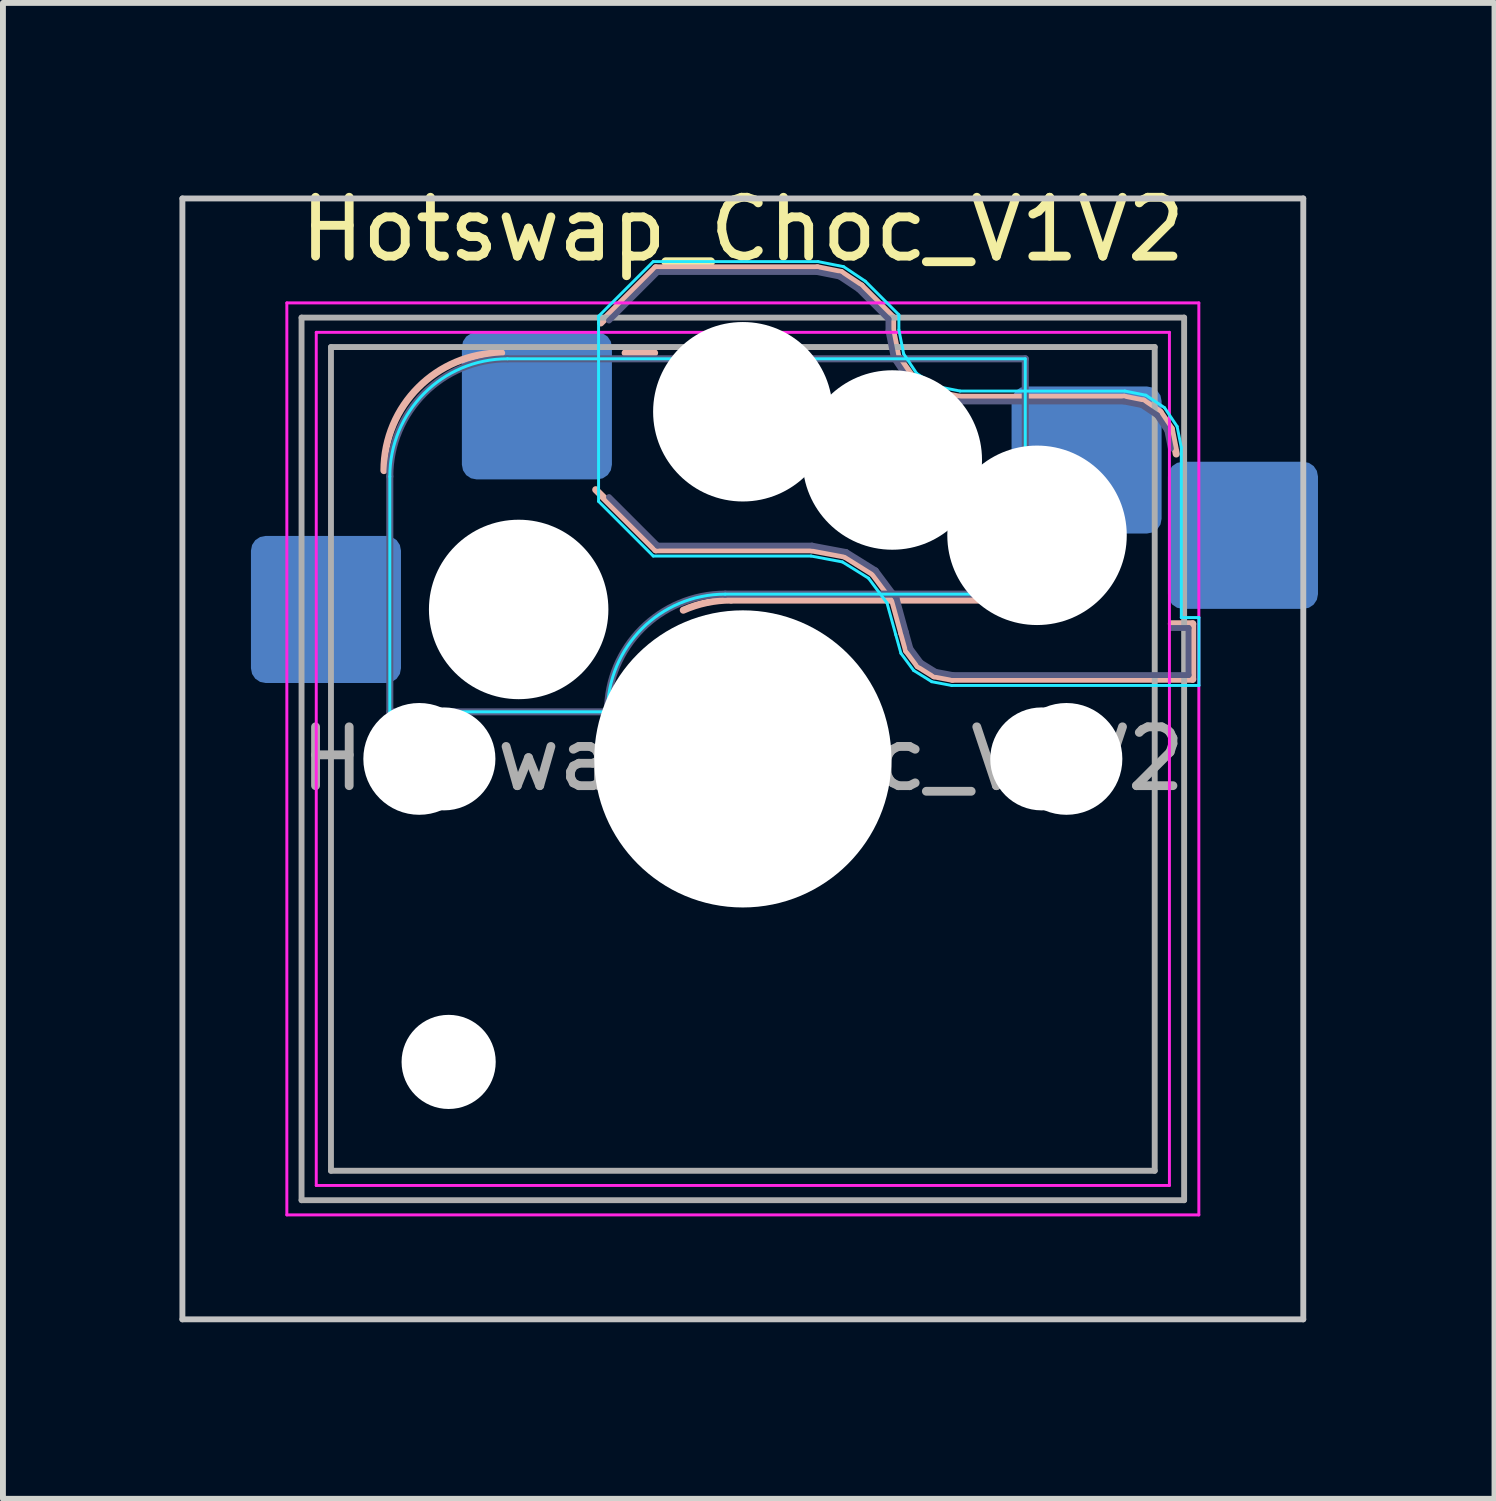
<source format=kicad_pcb>
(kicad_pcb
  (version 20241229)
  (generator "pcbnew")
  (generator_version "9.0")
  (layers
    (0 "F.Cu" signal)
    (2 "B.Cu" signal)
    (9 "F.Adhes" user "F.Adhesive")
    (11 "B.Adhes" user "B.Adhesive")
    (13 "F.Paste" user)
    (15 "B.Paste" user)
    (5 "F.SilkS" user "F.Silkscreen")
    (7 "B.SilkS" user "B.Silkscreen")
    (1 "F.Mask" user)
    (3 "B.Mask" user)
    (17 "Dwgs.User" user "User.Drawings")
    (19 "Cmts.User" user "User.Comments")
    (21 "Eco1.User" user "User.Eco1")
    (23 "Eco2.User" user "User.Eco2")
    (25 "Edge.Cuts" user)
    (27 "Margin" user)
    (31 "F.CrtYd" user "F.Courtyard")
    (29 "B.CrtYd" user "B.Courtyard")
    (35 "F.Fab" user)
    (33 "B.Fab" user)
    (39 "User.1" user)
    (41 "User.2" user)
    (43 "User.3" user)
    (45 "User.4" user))
  (footprint "Hotswap_Choc_V1V2"
    (layer "F.Cu")
    (at 9.575 9.848)
    (property "Reference" "Hotswap_Choc_V1V2" (at 0 -9 0) (layer "F.SilkS") (effects (font (size 1 1) (thickness 0.15))))
    (attr smd)
    (fp_line (start -2.416 -7.409) (end -1.479 -8.346) (stroke (width 0.12) (type solid)) (layer "B.SilkS"))
    (fp_line (start -2 -6.9) (end -1.5 -6.9) (stroke (width 0.12) (type solid)) (layer "B.SilkS"))
    (fp_line (start -1.479 -8.346) (end 1.268 -8.346) (stroke (width 0.12) (type solid)) (layer "B.SilkS"))
    (fp_line (start -1.479 -3.554) (end -2.5 -4.575) (stroke (width 0.12) (type solid)) (layer "B.SilkS"))
    (fp_line (start -0.2 -2.7) (end 4.9 -2.7) (stroke (width 0.12) (type solid)) (layer "B.SilkS"))
    (fp_line (start 1.168 -3.554) (end -1.479 -3.554) (stroke (width 0.12) (type solid)) (layer "B.SilkS"))
    (fp_line (start 1.268 -8.346) (end 1.671 -8.266) (stroke (width 0.12) (type solid)) (layer "B.SilkS"))
    (fp_line (start 1.671 -8.266) (end 2.013 -8.037) (stroke (width 0.12) (type solid)) (layer "B.SilkS"))
    (fp_line (start 1.73 -3.449) (end 1.168 -3.554) (stroke (width 0.12) (type solid)) (layer "B.SilkS"))
    (fp_line (start 2.013 -8.037) (end 2.546 -7.504) (stroke (width 0.12) (type solid)) (layer "B.SilkS"))
    (fp_line (start 2.209 -3.15) (end 1.73 -3.449) (stroke (width 0.12) (type solid)) (layer "B.SilkS"))
    (fp_line (start 2.546 -7.504) (end 2.546 -7.282) (stroke (width 0.12) (type solid)) (layer "B.SilkS"))
    (fp_line (start 2.546 -7.282) (end 2.633 -6.844) (stroke (width 0.12) (type solid)) (layer "B.SilkS"))
    (fp_line (start 2.547 -2.697) (end 2.209 -3.15) (stroke (width 0.12) (type solid)) (layer "B.SilkS"))
    (fp_line (start 2.633 -6.844) (end 2.877 -6.5) (stroke (width 0.12) (type solid)) (layer "B.SilkS"))
    (fp_line (start 2.701 -2.139) (end 2.547 -2.697) (stroke (width 0.12) (type solid)) (layer "B.SilkS"))
    (fp_line (start 2.783 -1.841) (end 2.701 -2.139) (stroke (width 0.12) (type solid)) (layer "B.SilkS"))
    (fp_line (start 2.877 -6.477) (end 3.244 -6.233) (stroke (width 0.12) (type solid)) (layer "B.SilkS"))
    (fp_line (start 2.976 -1.583) (end 2.783 -1.841) (stroke (width 0.12) (type solid)) (layer "B.SilkS"))
    (fp_line (start 3.244 -6.233) (end 3.682 -6.146) (stroke (width 0.12) (type solid)) (layer "B.SilkS"))
    (fp_line (start 3.25 -1.413) (end 2.976 -1.583) (stroke (width 0.12) (type solid)) (layer "B.SilkS"))
    (fp_line (start 3.56 -1.354) (end 3.25 -1.413) (stroke (width 0.12) (type solid)) (layer "B.SilkS"))
    (fp_line (start 3.682 -6.146) (end 6.482 -6.146) (stroke (width 0.12) (type solid)) (layer "B.SilkS"))
    (fp_line (start 6.482 -6.146) (end 6.809 -6.081) (stroke (width 0.12) (type solid)) (layer "B.SilkS"))
    (fp_line (start 6.809 -6.081) (end 7.092 -5.892) (stroke (width 0.12) (type solid)) (layer "B.SilkS"))
    (fp_line (start 7.092 -5.892) (end 7.281 -5.609) (stroke (width 0.12) (type solid)) (layer "B.SilkS"))
    (fp_line (start 7.281 -5.609) (end 7.366 -5.182) (stroke (width 0.12) (type solid)) (layer "B.SilkS"))
    (fp_line (start 7.283 -2.296) (end 7.646 -2.296) (stroke (width 0.12) (type solid)) (layer "B.SilkS"))
    (fp_line (start 7.646 -2.296) (end 7.646 -1.354) (stroke (width 0.12) (type solid)) (layer "B.SilkS"))
    (fp_line (start 7.646 -1.354) (end 3.56 -1.354) (stroke (width 0.12) (type solid)) (layer "B.SilkS"))
    (fp_arc (start -6.1 -4.9) (mid -5.514214 -6.314214) (end -4.100001 -6.9) (stroke (width 0.12) (type solid)) (layer "B.SilkS"))
    (fp_arc (start -1.012276 -2.527624) (mid -0.615182 -2.656432) (end -0.2 -2.7) (stroke (width 0.12) (type solid)) (layer "B.SilkS"))
    (fp_line (start -9.525 -9.525) (end -9.525 9.525) (stroke (width 0.1) (type solid)) (layer "Dwgs.User"))
    (fp_line (start -9.525 9.525) (end 9.525 9.525) (stroke (width 0.1) (type solid)) (layer "Dwgs.User"))
    (fp_line (start 9.525 -9.525) (end -9.525 -9.525) (stroke (width 0.1) (type solid)) (layer "Dwgs.User"))
    (fp_line (start 9.525 9.525) (end 9.525 -9.525) (stroke (width 0.1) (type solid)) (layer "Dwgs.User"))
    (fp_line (start -7.8 -6) (end -7 -6) (stroke (width 0.1) (type solid)) (layer "Eco1.User"))
    (fp_line (start -7.8 -2.9) (end -7.8 -6) (stroke (width 0.1) (type solid)) (layer "Eco1.User"))
    (fp_line (start -7.8 2.9) (end -7 2.9) (stroke (width 0.1) (type solid)) (layer "Eco1.User"))
    (fp_line (start -7.8 6) (end -7.8 2.9) (stroke (width 0.1) (type solid)) (layer "Eco1.User"))
    (fp_line (start -7.25 -7.25) (end -7.25 7.25) (stroke (width 0.1) (type solid)) (layer "Eco1.User"))
    (fp_line (start -7.25 7.25) (end 7.25 7.25) (stroke (width 0.1) (type solid)) (layer "Eco1.User"))
    (fp_line (start -7 -7) (end 7 -7) (stroke (width 0.1) (type solid)) (layer "Eco1.User"))
    (fp_line (start -7 -6) (end -7 -7) (stroke (width 0.1) (type solid)) (layer "Eco1.User"))
    (fp_line (start -7 -2.9) (end -7.8 -2.9) (stroke (width 0.1) (type solid)) (layer "Eco1.User"))
    (fp_line (start -7 2.9) (end -7 -2.9) (stroke (width 0.1) (type solid)) (layer "Eco1.User"))
    (fp_line (start -7 6) (end -7.8 6) (stroke (width 0.1) (type solid)) (layer "Eco1.User"))
    (fp_line (start -7 7) (end -7 6) (stroke (width 0.1) (type solid)) (layer "Eco1.User"))
    (fp_line (start 7 -7) (end 7 -6) (stroke (width 0.1) (type solid)) (layer "Eco1.User"))
    (fp_line (start 7 -6) (end 7.8 -6) (stroke (width 0.1) (type solid)) (layer "Eco1.User"))
    (fp_line (start 7 -2.9) (end 7 2.9) (stroke (width 0.1) (type solid)) (layer "Eco1.User"))
    (fp_line (start 7 2.9) (end 7.8 2.9) (stroke (width 0.1) (type solid)) (layer "Eco1.User"))
    (fp_line (start 7 6) (end 7 7) (stroke (width 0.1) (type solid)) (layer "Eco1.User"))
    (fp_line (start 7 7) (end -7 7) (stroke (width 0.1) (type solid)) (layer "Eco1.User"))
    (fp_line (start 7.25 -7.25) (end -7.25 -7.25) (stroke (width 0.1) (type solid)) (layer "Eco1.User"))
    (fp_line (start 7.25 7.25) (end 7.25 -7.25) (stroke (width 0.1) (type solid)) (layer "Eco1.User"))
    (fp_line (start 7.8 -6) (end 7.8 -2.9) (stroke (width 0.1) (type solid)) (layer "Eco1.User"))
    (fp_line (start 7.8 -2.9) (end 7 -2.9) (stroke (width 0.1) (type solid)) (layer "Eco1.User"))
    (fp_line (start 7.8 2.9) (end 7.8 6) (stroke (width 0.1) (type solid)) (layer "Eco1.User"))
    (fp_line (start 7.8 6) (end 7 6) (stroke (width 0.1) (type solid)) (layer "Eco1.User"))
    (fp_line (start -6 -0.8) (end -6 -4.8) (stroke (width 0.05) (type solid)) (layer "B.CrtYd"))
    (fp_line (start -6 -0.8) (end -2.3 -0.8) (stroke (width 0.05) (type solid)) (layer "B.CrtYd"))
    (fp_line (start -4 -6.8) (end 4.8 -6.8) (stroke (width 0.05) (type solid)) (layer "B.CrtYd"))
    (fp_line (start -2.452 -7.523) (end -1.523 -8.452) (stroke (width 0.05) (type solid)) (layer "B.CrtYd"))
    (fp_line (start -2.452 -4.377) (end -2.452 -7.523) (stroke (width 0.05) (type solid)) (layer "B.CrtYd"))
    (fp_line (start -1.523 -8.452) (end 1.278 -8.452) (stroke (width 0.05) (type solid)) (layer "B.CrtYd"))
    (fp_line (start -1.523 -3.448) (end -2.452 -4.377) (stroke (width 0.05) (type solid)) (layer "B.CrtYd"))
    (fp_line (start -0.3 -2.8) (end 4.8 -2.8) (stroke (width 0.05) (type solid)) (layer "B.CrtYd"))
    (fp_line (start 1.159 -3.448) (end -1.523 -3.448) (stroke (width 0.05) (type solid)) (layer "B.CrtYd"))
    (fp_line (start 1.278 -8.452) (end 1.712 -8.366) (stroke (width 0.05) (type solid)) (layer "B.CrtYd"))
    (fp_line (start 1.691 -3.348) (end 1.159 -3.448) (stroke (width 0.05) (type solid)) (layer "B.CrtYd"))
    (fp_line (start 1.712 -8.366) (end 2.081 -8.119) (stroke (width 0.05) (type solid)) (layer "B.CrtYd"))
    (fp_line (start 2.081 -8.119) (end 2.652 -7.548) (stroke (width 0.05) (type solid)) (layer "B.CrtYd"))
    (fp_line (start 2.136 -3.071) (end 1.691 -3.348) (stroke (width 0.05) (type solid)) (layer "B.CrtYd"))
    (fp_line (start 2.45 -2.65) (end 2.136 -3.071) (stroke (width 0.05) (type solid)) (layer "B.CrtYd"))
    (fp_line (start 2.599 -2.111) (end 2.45 -2.65) (stroke (width 0.05) (type solid)) (layer "B.CrtYd"))
    (fp_line (start 2.652 -7.548) (end 2.652 -7.292) (stroke (width 0.05) (type solid)) (layer "B.CrtYd"))
    (fp_line (start 2.652 -7.292) (end 2.733 -6.885) (stroke (width 0.05) (type solid)) (layer "B.CrtYd"))
    (fp_line (start 2.687 -1.794) (end 2.599 -2.111) (stroke (width 0.05) (type solid)) (layer "B.CrtYd"))
    (fp_line (start 2.733 -6.885) (end 2.953 -6.553) (stroke (width 0.05) (type solid)) (layer "B.CrtYd"))
    (fp_line (start 2.903 -1.503) (end 2.687 -1.794) (stroke (width 0.05) (type solid)) (layer "B.CrtYd"))
    (fp_line (start 2.953 -6.553) (end 3.285 -6.333) (stroke (width 0.05) (type solid)) (layer "B.CrtYd"))
    (fp_line (start 3.211 -1.312) (end 2.903 -1.503) (stroke (width 0.05) (type solid)) (layer "B.CrtYd"))
    (fp_line (start 3.285 -6.333) (end 3.692 -6.252) (stroke (width 0.05) (type solid)) (layer "B.CrtYd"))
    (fp_line (start 3.55 -1.248) (end 3.211 -1.312) (stroke (width 0.05) (type solid)) (layer "B.CrtYd"))
    (fp_line (start 3.692 -6.252) (end 6.492 -6.252) (stroke (width 0.05) (type solid)) (layer "B.CrtYd"))
    (fp_line (start 4.8 -6.8) (end 4.8 -2.8) (stroke (width 0.05) (type solid)) (layer "B.CrtYd"))
    (fp_line (start 6.492 -6.252) (end 6.85 -6.181) (stroke (width 0.05) (type solid)) (layer "B.CrtYd"))
    (fp_line (start 6.85 -6.181) (end 7.168 -5.968) (stroke (width 0.05) (type solid)) (layer "B.CrtYd"))
    (fp_line (start 7.168 -5.968) (end 7.381 -5.65) (stroke (width 0.05) (type solid)) (layer "B.CrtYd"))
    (fp_line (start 7.381 -5.65) (end 7.452 -5.292) (stroke (width 0.05) (type solid)) (layer "B.CrtYd"))
    (fp_line (start 7.452 -5.292) (end 7.452 -2.402) (stroke (width 0.05) (type solid)) (layer "B.CrtYd"))
    (fp_line (start 7.452 -2.402) (end 7.752 -2.402) (stroke (width 0.05) (type solid)) (layer "B.CrtYd"))
    (fp_line (start 7.752 -2.402) (end 7.752 -1.248) (stroke (width 0.05) (type solid)) (layer "B.CrtYd"))
    (fp_line (start 7.752 -1.248) (end 3.55 -1.248) (stroke (width 0.05) (type solid)) (layer "B.CrtYd"))
    (fp_arc (start -6 -4.8) (mid -5.414214 -6.214214) (end -4 -6.8) (stroke (width 0.05) (type solid)) (layer "B.CrtYd"))
    (fp_arc (start -2.3 -0.8) (mid -1.714214 -2.214214) (end -0.3 -2.8) (stroke (width 0.05) (type solid)) (layer "B.CrtYd"))
    (fp_line (start -7.75 -7.75) (end -7.75 7.75) (stroke (width 0.05) (type solid)) (layer "F.CrtYd"))
    (fp_line (start -7.75 7.75) (end 7.75 7.75) (stroke (width 0.05) (type solid)) (layer "F.CrtYd"))
    (fp_line (start -7.25 -7.25) (end -7.25 7.25) (stroke (width 0.05) (type solid)) (layer "F.CrtYd"))
    (fp_line (start -7.25 7.25) (end 7.25 7.25) (stroke (width 0.05) (type solid)) (layer "F.CrtYd"))
    (fp_line (start 7.25 -7.25) (end -7.25 -7.25) (stroke (width 0.05) (type solid)) (layer "F.CrtYd"))
    (fp_line (start 7.25 7.25) (end 7.25 -7.25) (stroke (width 0.05) (type solid)) (layer "F.CrtYd"))
    (fp_line (start 7.75 -7.75) (end -7.75 -7.75) (stroke (width 0.05) (type solid)) (layer "F.CrtYd"))
    (fp_line (start 7.75 7.75) (end 7.75 -7.75) (stroke (width 0.05) (type solid)) (layer "F.CrtYd"))
    (fp_line (start -6 -0.8) (end -6 -4.8) (stroke (width 0.12) (type solid)) (layer "B.Fab"))
    (fp_line (start -6 -0.8) (end -2.3 -0.8) (stroke (width 0.12) (type solid)) (layer "B.Fab"))
    (fp_line (start -4 -6.8) (end 4.8 -6.8) (stroke (width 0.12) (type solid)) (layer "B.Fab"))
    (fp_line (start -2.275 -7.45) (end -1.45 -8.275) (stroke (width 0.1) (type solid)) (layer "B.Fab"))
    (fp_line (start -1.45 -8.275) (end 1.261 -8.275) (stroke (width 0.1) (type solid)) (layer "B.Fab"))
    (fp_line (start -1.45 -3.625) (end -2.275 -4.45) (stroke (width 0.1) (type solid)) (layer "B.Fab"))
    (fp_line (start -0.3 -2.8) (end 4.8 -2.8) (stroke (width 0.12) (type solid)) (layer "B.Fab"))
    (fp_line (start 1.175 -3.625) (end -1.45 -3.625) (stroke (width 0.1) (type solid)) (layer "B.Fab"))
    (fp_line (start 1.261 -8.275) (end 1.643 -8.199) (stroke (width 0.1) (type solid)) (layer "B.Fab"))
    (fp_line (start 1.643 -8.199) (end 1.968 -7.982) (stroke (width 0.1) (type solid)) (layer "B.Fab"))
    (fp_line (start 1.756 -3.516) (end 1.175 -3.625) (stroke (width 0.1) (type solid)) (layer "B.Fab"))
    (fp_line (start 1.968 -7.982) (end 2.475 -7.475) (stroke (width 0.1) (type solid)) (layer "B.Fab"))
    (fp_line (start 2.258 -3.203) (end 1.756 -3.516) (stroke (width 0.1) (type solid)) (layer "B.Fab"))
    (fp_line (start 2.475 -7.475) (end 2.475 -7.275) (stroke (width 0.1) (type solid)) (layer "B.Fab"))
    (fp_line (start 2.475 -7.275) (end 2.566 -6.816) (stroke (width 0.1) (type solid)) (layer "B.Fab"))
    (fp_line (start 2.566 -6.816) (end 2.826 -6.426) (stroke (width 0.1) (type solid)) (layer "B.Fab"))
    (fp_line (start 2.612 -2.729) (end 2.258 -3.203) (stroke (width 0.1) (type solid)) (layer "B.Fab"))
    (fp_line (start 2.769 -2.158) (end 2.612 -2.729) (stroke (width 0.1) (type solid)) (layer "B.Fab"))
    (fp_line (start 2.826 -6.426) (end 3.216 -6.166) (stroke (width 0.1) (type solid)) (layer "B.Fab"))
    (fp_line (start 2.848 -1.873) (end 2.769 -2.158) (stroke (width 0.1) (type solid)) (layer "B.Fab"))
    (fp_line (start 3.025 -1.636) (end 2.848 -1.873) (stroke (width 0.1) (type solid)) (layer "B.Fab"))
    (fp_line (start 3.216 -6.166) (end 3.675 -6.075) (stroke (width 0.1) (type solid)) (layer "B.Fab"))
    (fp_line (start 3.276 -1.48) (end 3.025 -1.636) (stroke (width 0.1) (type solid)) (layer "B.Fab"))
    (fp_line (start 3.567 -1.425) (end 3.276 -1.48) (stroke (width 0.1) (type solid)) (layer "B.Fab"))
    (fp_line (start 3.675 -6.075) (end 6.475 -6.075) (stroke (width 0.1) (type solid)) (layer "B.Fab"))
    (fp_line (start 4.8 -6.8) (end 4.8 -2.8) (stroke (width 0.12) (type solid)) (layer "B.Fab"))
    (fp_line (start 6.475 -6.075) (end 6.781 -6.014) (stroke (width 0.1) (type solid)) (layer "B.Fab"))
    (fp_line (start 6.781 -6.014) (end 7.041 -5.841) (stroke (width 0.1) (type solid)) (layer "B.Fab"))
    (fp_line (start 7.041 -5.841) (end 7.214 -5.581) (stroke (width 0.1) (type solid)) (layer "B.Fab"))
    (fp_line (start 7.214 -5.581) (end 7.275 -5.275) (stroke (width 0.1) (type solid)) (layer "B.Fab"))
    (fp_line (start 7.275 -2.225) (end 7.575 -2.225) (stroke (width 0.1) (type solid)) (layer "B.Fab"))
    (fp_line (start 7.575 -2.225) (end 7.575 -1.425) (stroke (width 0.1) (type solid)) (layer "B.Fab"))
    (fp_line (start 7.575 -1.425) (end 3.567 -1.425) (stroke (width 0.1) (type solid)) (layer "B.Fab"))
    (fp_arc (start -6 -4.8) (mid -5.414214 -6.214214) (end -4 -6.8) (stroke (width 0.12) (type solid)) (layer "B.Fab"))
    (fp_arc (start -2.3 -0.8) (mid -1.714214 -2.214214) (end -0.3 -2.8) (stroke (width 0.12) (type solid)) (layer "B.Fab"))
    (fp_line (start -7.5 -7.5) (end -7.5 7.5) (stroke (width 0.1) (type solid)) (layer "F.Fab"))
    (fp_line (start -7.5 7.5) (end 7.5 7.5) (stroke (width 0.1) (type solid)) (layer "F.Fab"))
    (fp_line (start -7 -7) (end -7 7) (stroke (width 0.1) (type solid)) (layer "F.Fab"))
    (fp_line (start -7 7) (end 7 7) (stroke (width 0.1) (type solid)) (layer "F.Fab"))
    (fp_line (start 7 -7) (end -7 -7) (stroke (width 0.1) (type solid)) (layer "F.Fab"))
    (fp_line (start 7 7) (end 7 -7) (stroke (width 0.1) (type solid)) (layer "F.Fab"))
    (fp_line (start 7.5 -7.5) (end -7.5 -7.5) (stroke (width 0.1) (type solid)) (layer "F.Fab"))
    (fp_line (start 7.5 7.5) (end 7.5 -7.5) (stroke (width 0.1) (type solid)) (layer "F.Fab"))
    (fp_text user "${REFERENCE}" (at 0 0 0) (layer "F.Fab") (effects (font (size 1 1) (thickness 0.15))))
    (pad "" np_thru_hole circle (at -5.5 0) (size 1.9 1.9) (drill 1.9) (layers "*.Cu" "*.Mask"))
    (pad "" np_thru_hole circle (at -5.08 0) (size 1.75 1.75) (drill 1.75) (layers "*.Cu" "*.Mask"))
    (pad "" np_thru_hole circle (at -5 5.15) (size 1.6 1.6) (drill 1.6) (layers "*.Cu" "*.Mask"))
    (pad "" np_thru_hole circle (at -3.81 -2.54) (size 3.05 3.05) (drill 3.05) (layers "*.Cu" "*.Mask"))
    (pad "" np_thru_hole circle (at 0 -5.9) (size 3.05 3.05) (drill 3.05) (layers "*.Cu" "*.Mask"))
    (pad "" np_thru_hole circle (at 0 0) (size 5.05 5.05) (drill 5.05) (layers "*.Cu" "*.Mask"))
    (pad "" np_thru_hole circle (at 2.54 -5.08) (size 3.05 3.05) (drill 3.05) (layers "*.Cu" "*.Mask"))
    (pad "" np_thru_hole circle (at 5 -3.8) (size 3.05 3.05) (drill 3.05) (layers "*.Cu" "*.Mask"))
    (pad "" np_thru_hole circle (at 5.08 0) (size 1.75 1.75) (drill 1.75) (layers "*.Cu" "*.Mask"))
    (pad "" np_thru_hole circle (at 5.5 0) (size 1.9 1.9) (drill 1.9) (layers "*.Cu" "*.Mask"))
    (pad "1" smd roundrect (at -7.085 -2.54) (size 2.55 2.5) (layers "B.Cu" "B.Mask" "B.Paste") (roundrect_rratio 0.1))
    (pad "1" smd roundrect (at -3.5 -6) (size 2.55 2.5) (layers "B.Cu" "B.Mask" "B.Paste") (roundrect_rratio 0.1))
    (pad "2" smd roundrect (at 5.842 -5.08) (size 2.55 2.5) (layers "B.Cu" "B.Mask" "B.Paste") (roundrect_rratio 0.1))
    (pad "2" smd roundrect (at 8.5 -3.8) (size 2.55 2.5) (layers "B.Cu" "B.Mask" "B.Paste") (roundrect_rratio 0.1)))
  (gr_rect
    (start -3 -3)
    (end 22.35 22.423)
    (stroke (width 0.1) (type default))
    (fill no)
    (layer "Edge.Cuts")))
</source>
